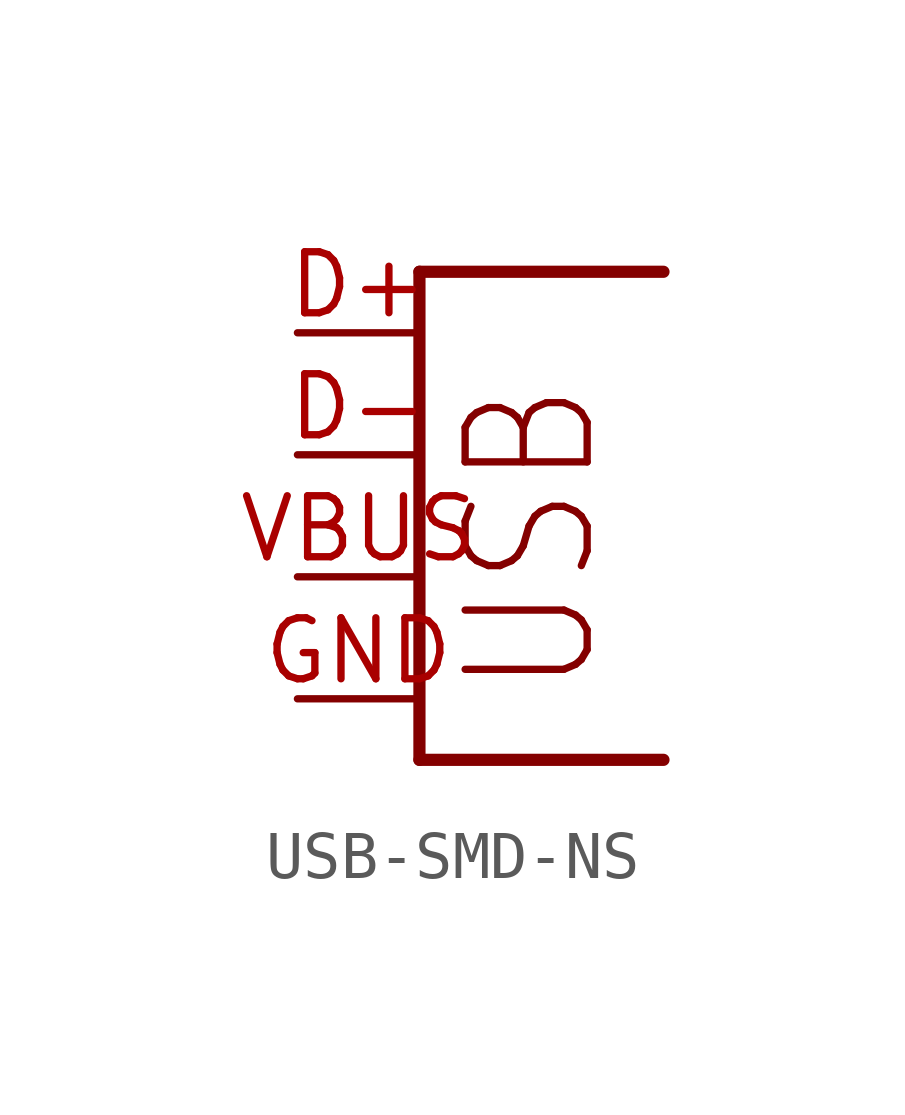
<source format=kicad_sym>
(kicad_symbol_lib
  (version 20231120)
  (generator "kicad_symbol_editor")
  (generator_version "8.0")
  (symbol "USB-SMD-NS"
    (property "Reference" "JP"
      (at 0 0 0)
      (effects (font (size 1.27 1.27)) (hide yes)))
    (property "ki_locked" ""
      (at 0 0 0)
      (effects (font (size 1.27 1.27))))
    (symbol "USB-SMD-NS_1_0"
      (polyline (pts (xy 0 -1.27) (xy 5.08 -1.27)) (stroke (width 0.254) (type solid)) (fill (type none)))
      (polyline (pts (xy 0 8.89) (xy 0 -1.27)) (stroke (width 0.254) (type solid)) (fill (type none)))
      (polyline (pts (xy 5.08 8.89) (xy 0 8.89)) (stroke (width 0.254) (type solid)) (fill (type none)))
      (text "USB" (at 3.81 0 900) (effects (font (size 2.54 2.159)) (justify left bottom)))
      (pin bidirectional line (at -2.54 7.62 0) (length 2.54) (name "D+" (effects (font (size 0 0)))) (number "D+" (effects (font (size 1.27 1.27)))))
      (pin bidirectional line (at -2.54 5.08 0) (length 2.54) (name "D-" (effects (font (size 0 0)))) (number "D-" (effects (font (size 1.27 1.27)))))
      (pin bidirectional line (at -2.54 0 0) (length 2.54) (name "GND" (effects (font (size 0 0)))) (number "GND" (effects (font (size 1.27 1.27)))))
      (pin bidirectional line (at -2.54 2.54 0) (length 2.54) (name "VBUS" (effects (font (size 0 0)))) (number "VBUS" (effects (font (size 1.27 1.27))))))))
</source>
